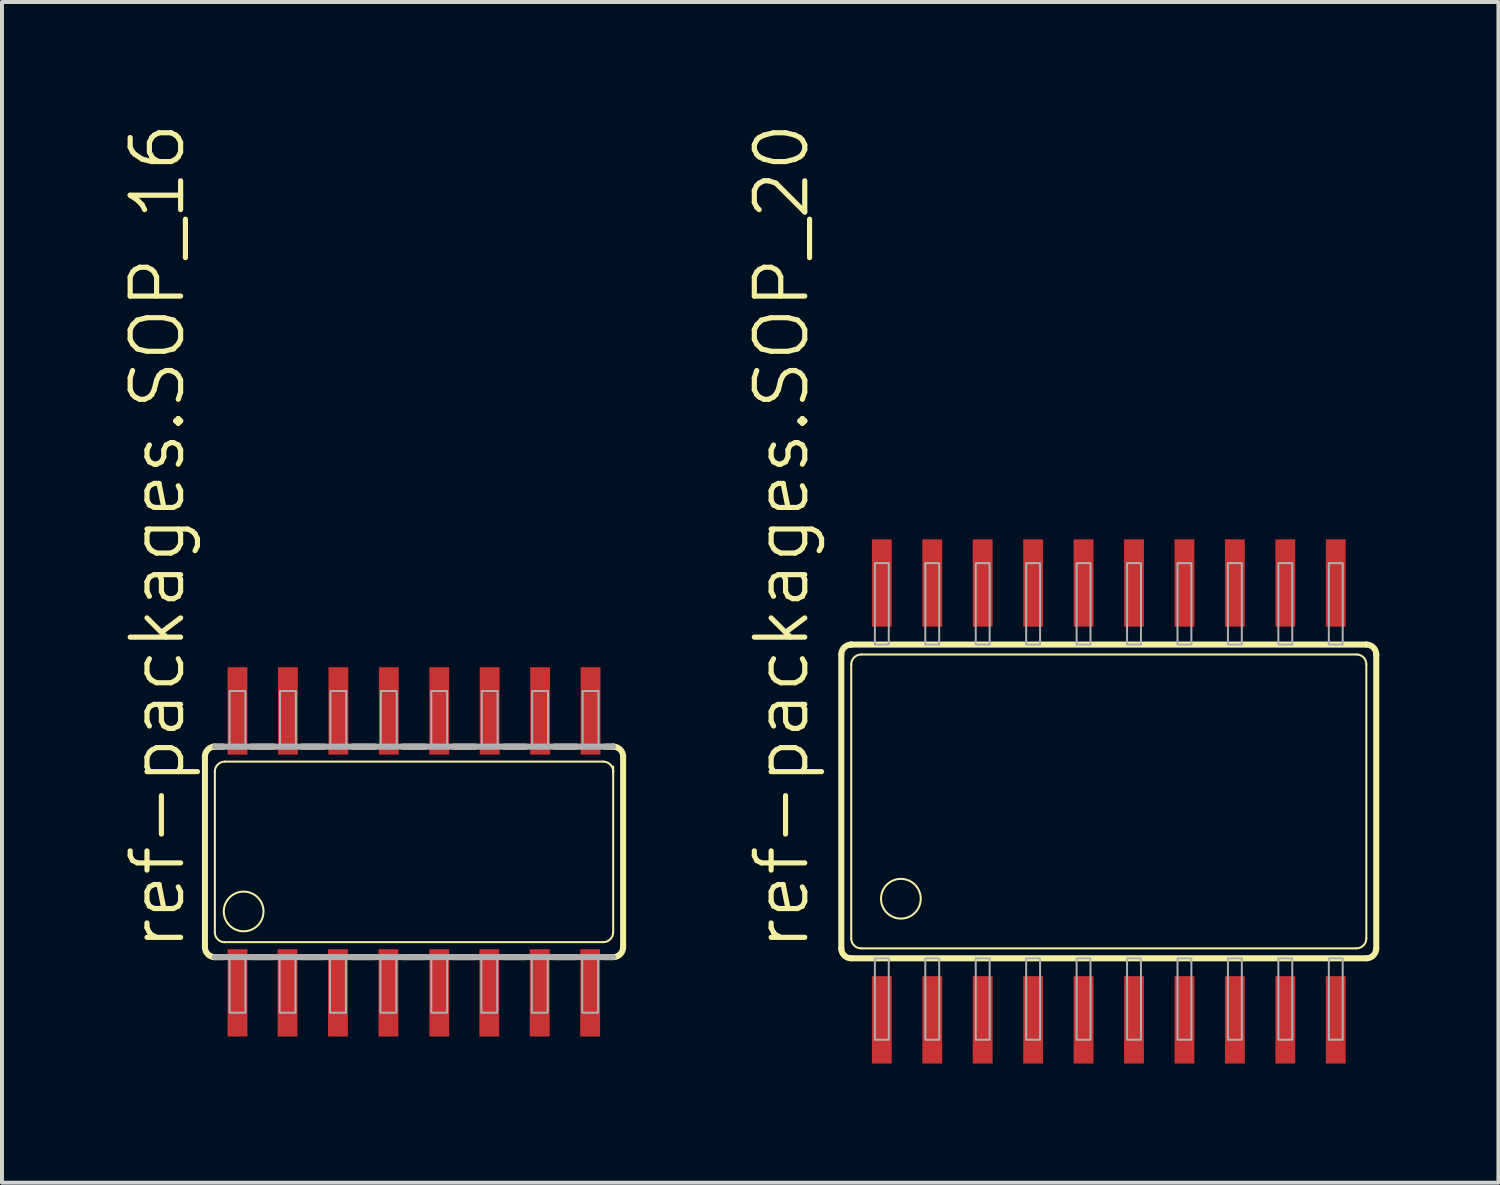
<source format=kicad_pcb>
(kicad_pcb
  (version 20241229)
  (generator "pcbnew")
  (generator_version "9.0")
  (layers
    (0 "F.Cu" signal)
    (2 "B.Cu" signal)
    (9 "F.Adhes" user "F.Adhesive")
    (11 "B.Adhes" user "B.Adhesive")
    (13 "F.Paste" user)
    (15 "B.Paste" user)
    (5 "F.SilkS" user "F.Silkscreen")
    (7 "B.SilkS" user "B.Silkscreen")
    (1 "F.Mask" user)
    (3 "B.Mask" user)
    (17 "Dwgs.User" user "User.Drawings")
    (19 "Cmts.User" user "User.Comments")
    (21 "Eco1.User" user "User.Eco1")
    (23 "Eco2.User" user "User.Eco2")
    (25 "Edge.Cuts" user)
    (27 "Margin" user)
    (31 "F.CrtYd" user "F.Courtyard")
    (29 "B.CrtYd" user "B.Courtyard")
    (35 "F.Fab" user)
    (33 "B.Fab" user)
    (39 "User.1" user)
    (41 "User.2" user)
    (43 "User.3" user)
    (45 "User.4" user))
  (footprint "ref-packages.SOP_20"
    (layer "F.Cu")
    (at 24.869 17.13)
    (property "Reference" "ref-packages.SOP_20" (at -7.493 3.81 90) (layer "F.SilkS") (effects (font (size 1.27 1.27) (thickness 0.13)) (justify left bottom)))
    (attr smd)
    (fp_line (start -6.735 3.71) (end -6.735 -3.7) (stroke (width 0.152) (type default)) (layer "F.SilkS"))
    (fp_line (start -6.486 -3.95) (end -6.485 -3.95) (stroke (width 0.152) (type default)) (layer "F.SilkS"))
    (fp_line (start -6.485 -3.95) (end 6.485 -3.95) (stroke (width 0.152) (type default)) (layer "F.SilkS"))
    (fp_line (start -6.485 3.45) (end -6.485 -3.45) (stroke (width 0.051) (type default)) (layer "F.SilkS"))
    (fp_line (start -6.235 -3.7) (end 6.245 -3.7) (stroke (width 0.051) (type default)) (layer "F.SilkS"))
    (fp_line (start 6.235 3.7) (end -6.235 3.7) (stroke (width 0.051) (type default)) (layer "F.SilkS"))
    (fp_line (start 6.485 -3.46) (end 6.485 3.45) (stroke (width 0.051) (type default)) (layer "F.SilkS"))
    (fp_line (start 6.485 3.95) (end -6.485 3.95) (stroke (width 0.152) (type default)) (layer "F.SilkS"))
    (fp_line (start 6.735 -3.7) (end 6.735 3.7) (stroke (width 0.152) (type default)) (layer "F.SilkS"))
    (fp_arc (start -6.735 -3.7) (mid -6.661777 -3.876777) (end -6.485 -3.95) (stroke (width 0.1524) (type default)) (layer "F.SilkS"))
    (fp_arc (start -6.485 -3.45) (mid -6.411777 -3.626777) (end -6.235 -3.7) (stroke (width 0.0508) (type default)) (layer "F.SilkS"))
    (fp_arc (start -6.485 3.95) (mid -6.658333 3.880347) (end -6.735 3.71) (stroke (width 0.1524) (type default)) (layer "F.SilkS"))
    (fp_arc (start -6.235 3.7) (mid -6.411777 3.626777) (end -6.485 3.45) (stroke (width 0.0508) (type default)) (layer "F.SilkS"))
    (fp_arc (start 6.245 -3.7) (mid 6.413277 -3.628277) (end 6.485 -3.46) (stroke (width 0.0508) (type default)) (layer "F.SilkS"))
    (fp_arc (start 6.485 -3.95) (mid 6.661777 -3.876777) (end 6.735 -3.7) (stroke (width 0.1524) (type default)) (layer "F.SilkS"))
    (fp_arc (start 6.485 3.45) (mid 6.411777 3.626777) (end 6.235 3.7) (stroke (width 0.0508) (type default)) (layer "F.SilkS"))
    (fp_arc (start 6.735 3.7) (mid 6.661777 3.876777) (end 6.485 3.95) (stroke (width 0.1524) (type default)) (layer "F.SilkS"))
    (fp_circle (center -5.235 2.45) (end -4.735 2.45) (stroke (width 0.051) (type default)) (fill no) (layer "F.SilkS"))
    (fp_rect (start -5.89 -3.95) (end -5.54 -6) (stroke (width 0.05) (type default)) (fill no) (layer "F.Fab"))
    (fp_rect (start -5.89 6) (end -5.54 3.95) (stroke (width 0.05) (type default)) (fill no) (layer "F.Fab"))
    (fp_rect (start -4.62 -3.95) (end -4.27 -6) (stroke (width 0.05) (type default)) (fill no) (layer "F.Fab"))
    (fp_rect (start -4.62 6) (end -4.27 3.95) (stroke (width 0.05) (type default)) (fill no) (layer "F.Fab"))
    (fp_rect (start -3.35 -3.95) (end -3 -6) (stroke (width 0.05) (type default)) (fill no) (layer "F.Fab"))
    (fp_rect (start -3.35 6) (end -3 3.95) (stroke (width 0.05) (type default)) (fill no) (layer "F.Fab"))
    (fp_rect (start -2.08 -3.95) (end -1.73 -6) (stroke (width 0.05) (type default)) (fill no) (layer "F.Fab"))
    (fp_rect (start -2.08 6) (end -1.73 3.95) (stroke (width 0.05) (type default)) (fill no) (layer "F.Fab"))
    (fp_rect (start -0.81 -3.95) (end -0.46 -6) (stroke (width 0.05) (type default)) (fill no) (layer "F.Fab"))
    (fp_rect (start -0.81 6) (end -0.46 3.95) (stroke (width 0.05) (type default)) (fill no) (layer "F.Fab"))
    (fp_rect (start 0.46 -3.95) (end 0.81 -6) (stroke (width 0.05) (type default)) (fill no) (layer "F.Fab"))
    (fp_rect (start 0.46 6) (end 0.81 3.95) (stroke (width 0.05) (type default)) (fill no) (layer "F.Fab"))
    (fp_rect (start 1.73 -3.95) (end 2.08 -6) (stroke (width 0.05) (type default)) (fill no) (layer "F.Fab"))
    (fp_rect (start 1.73 6) (end 2.08 3.95) (stroke (width 0.05) (type default)) (fill no) (layer "F.Fab"))
    (fp_rect (start 3 -3.95) (end 3.35 -6) (stroke (width 0.05) (type default)) (fill no) (layer "F.Fab"))
    (fp_rect (start 3 6) (end 3.35 3.95) (stroke (width 0.05) (type default)) (fill no) (layer "F.Fab"))
    (fp_rect (start 4.27 -3.95) (end 4.62 -6) (stroke (width 0.05) (type default)) (fill no) (layer "F.Fab"))
    (fp_rect (start 4.27 6) (end 4.62 3.95) (stroke (width 0.05) (type default)) (fill no) (layer "F.Fab"))
    (fp_rect (start 5.54 -3.95) (end 5.89 -6) (stroke (width 0.05) (type default)) (fill no) (layer "F.Fab"))
    (fp_rect (start 5.54 6) (end 5.89 3.95) (stroke (width 0.05) (type default)) (fill no) (layer "F.Fab"))
    (pad "1" smd roundrect (at -5.715 5.5) (size 0.5 2.2) (layers "F.Cu" "F.Mask" "F.Paste") (roundrect_rratio 0.01))
    (pad "2" smd roundrect (at -4.445 5.5) (size 0.5 2.2) (layers "F.Cu" "F.Mask" "F.Paste") (roundrect_rratio 0.01))
    (pad "3" smd roundrect (at -3.175 5.5) (size 0.5 2.2) (layers "F.Cu" "F.Mask" "F.Paste") (roundrect_rratio 0.01))
    (pad "4" smd roundrect (at -1.905 5.5) (size 0.5 2.2) (layers "F.Cu" "F.Mask" "F.Paste") (roundrect_rratio 0.01))
    (pad "5" smd roundrect (at -0.635 5.5) (size 0.5 2.2) (layers "F.Cu" "F.Mask" "F.Paste") (roundrect_rratio 0.01))
    (pad "6" smd roundrect (at 0.635 5.5) (size 0.5 2.2) (layers "F.Cu" "F.Mask" "F.Paste") (roundrect_rratio 0.01))
    (pad "7" smd roundrect (at 1.905 5.5) (size 0.5 2.2) (layers "F.Cu" "F.Mask" "F.Paste") (roundrect_rratio 0.01))
    (pad "8" smd roundrect (at 3.175 5.5) (size 0.5 2.2) (layers "F.Cu" "F.Mask" "F.Paste") (roundrect_rratio 0.01))
    (pad "9" smd roundrect (at 4.445 5.5) (size 0.5 2.2) (layers "F.Cu" "F.Mask" "F.Paste") (roundrect_rratio 0.01))
    (pad "10" smd roundrect (at 5.715 5.5) (size 0.5 2.2) (layers "F.Cu" "F.Mask" "F.Paste") (roundrect_rratio 0.01))
    (pad "11" smd roundrect (at 5.715 -5.5) (size 0.5 2.2) (layers "F.Cu" "F.Mask" "F.Paste") (roundrect_rratio 0.01))
    (pad "12" smd roundrect (at 4.445 -5.5) (size 0.5 2.2) (layers "F.Cu" "F.Mask" "F.Paste") (roundrect_rratio 0.01))
    (pad "13" smd roundrect (at 3.175 -5.5) (size 0.5 2.2) (layers "F.Cu" "F.Mask" "F.Paste") (roundrect_rratio 0.01))
    (pad "14" smd roundrect (at 1.905 -5.5) (size 0.5 2.2) (layers "F.Cu" "F.Mask" "F.Paste") (roundrect_rratio 0.01))
    (pad "15" smd roundrect (at 0.635 -5.5) (size 0.5 2.2) (layers "F.Cu" "F.Mask" "F.Paste") (roundrect_rratio 0.01))
    (pad "16" smd roundrect (at -0.635 -5.5) (size 0.5 2.2) (layers "F.Cu" "F.Mask" "F.Paste") (roundrect_rratio 0.01))
    (pad "17" smd roundrect (at -1.905 -5.5) (size 0.5 2.2) (layers "F.Cu" "F.Mask" "F.Paste") (roundrect_rratio 0.01))
    (pad "18" smd roundrect (at -3.175 -5.5) (size 0.5 2.2) (layers "F.Cu" "F.Mask" "F.Paste") (roundrect_rratio 0.01))
    (pad "19" smd roundrect (at -4.445 -5.5) (size 0.5 2.2) (layers "F.Cu" "F.Mask" "F.Paste") (roundrect_rratio 0.01))
    (pad "20" smd roundrect (at -5.715 -5.5) (size 0.5 2.2) (layers "F.Cu" "F.Mask" "F.Paste") (roundrect_rratio 0.01)))
  (footprint "ref-packages.SOP_16"
    (layer "F.Cu")
    (at 7.375 18.4)
    (property "Reference" "ref-packages.SOP_16" (at -5.715 2.54 90) (layer "F.SilkS") (effects (font (size 1.27 1.27) (thickness 0.13)) (justify left bottom)))
    (attr smd)
    (fp_line (start -5.265 2.4) (end -5.265 -2.4) (stroke (width 0.152) (type default)) (layer "F.SilkS"))
    (fp_line (start -5.05 -2.65) (end -4.801 -2.65) (stroke (width 0.152) (type default)) (layer "F.SilkS"))
    (fp_line (start -5.02 2.65) (end -4.801 2.65) (stroke (width 0.152) (type default)) (layer "F.SilkS"))
    (fp_line (start -5.015 2.026) (end -5.015 -2.023) (stroke (width 0.051) (type default)) (layer "F.SilkS"))
    (fp_line (start -4.764 -2.273) (end 4.765 -2.273) (stroke (width 0.051) (type default)) (layer "F.SilkS"))
    (fp_line (start -4.089 -2.65) (end -3.531 -2.65) (stroke (width 0.152) (type default)) (layer "F.SilkS"))
    (fp_line (start -4.089 2.65) (end -3.541 2.65) (stroke (width 0.152) (type default)) (layer "F.SilkS"))
    (fp_line (start -2.829 2.65) (end -2.271 2.65) (stroke (width 0.152) (type default)) (layer "F.SilkS"))
    (fp_line (start -2.819 -2.65) (end -2.261 -2.65) (stroke (width 0.152) (type default)) (layer "F.SilkS"))
    (fp_line (start -1.559 2.65) (end -1.001 2.65) (stroke (width 0.152) (type default)) (layer "F.SilkS"))
    (fp_line (start -1.549 -2.65) (end -0.991 -2.65) (stroke (width 0.152) (type default)) (layer "F.SilkS"))
    (fp_line (start -0.289 2.65) (end 0.279 2.65) (stroke (width 0.152) (type default)) (layer "F.SilkS"))
    (fp_line (start 0.279 -2.65) (end -0.279 -2.65) (stroke (width 0.152) (type default)) (layer "F.SilkS"))
    (fp_line (start 0.991 -2.65) (end 1.549 -2.65) (stroke (width 0.152) (type default)) (layer "F.SilkS"))
    (fp_line (start 0.991 2.65) (end 1.539 2.65) (stroke (width 0.152) (type default)) (layer "F.SilkS"))
    (fp_line (start 2.251 2.65) (end 2.809 2.65) (stroke (width 0.152) (type default)) (layer "F.SilkS"))
    (fp_line (start 2.819 -2.65) (end 2.261 -2.65) (stroke (width 0.152) (type default)) (layer "F.SilkS"))
    (fp_line (start 3.521 2.65) (end 4.079 2.65) (stroke (width 0.152) (type default)) (layer "F.SilkS"))
    (fp_line (start 4.089 -2.65) (end 3.531 -2.65) (stroke (width 0.152) (type default)) (layer "F.SilkS"))
    (fp_line (start 4.765 2.273) (end -4.77 2.273) (stroke (width 0.051) (type default)) (layer "F.SilkS"))
    (fp_line (start 4.791 2.65) (end 5.01 2.65) (stroke (width 0.152) (type default)) (layer "F.SilkS"))
    (fp_line (start 5.015 -2.15) (end 5.015 -2.023) (stroke (width 0.051) (type default)) (layer "F.SilkS"))
    (fp_line (start 5.015 -2.023) (end 5.015 2.023) (stroke (width 0.051) (type default)) (layer "F.SilkS"))
    (fp_line (start 5.02 -2.65) (end 4.801 -2.65) (stroke (width 0.152) (type default)) (layer "F.SilkS"))
    (fp_line (start 5.265 -2.4) (end 5.265 2.4) (stroke (width 0.152) (type default)) (layer "F.SilkS"))
    (fp_arc (start -5.265 -2.4) (mid -5.191777 -2.576777) (end -5.015 -2.65) (stroke (width 0.1524) (type default)) (layer "F.SilkS"))
    (fp_arc (start -5.02 2.65) (mid -5.193553 2.575032) (end -5.265 2.4) (stroke (width 0.1524) (type default)) (layer "F.SilkS"))
    (fp_arc (start -5.015 -2.023) (mid -4.941435 -2.200201) (end -4.764 -2.2732) (stroke (width 0.0508) (type default)) (layer "F.SilkS"))
    (fp_arc (start -5.015 2.65) (mid -5.0175 2.650012) (end -5.02 2.65) (stroke (width 0.1524) (type default)) (layer "F.SilkS"))
    (fp_arc (start -4.765 2.276) (mid -4.941777 2.202777) (end -5.015 2.026) (stroke (width 0.0508) (type default)) (layer "F.SilkS"))
    (fp_arc (start 4.765 -2.273) (mid 4.941777 -2.199777) (end 5.015 -2.023) (stroke (width 0.0508) (type default)) (layer "F.SilkS"))
    (fp_arc (start 5.015 -2.65) (mid 5.0175 -2.650012) (end 5.02 -2.65) (stroke (width 0.1524) (type default)) (layer "F.SilkS"))
    (fp_arc (start 5.015 2.023) (mid 4.941777 2.199777) (end 4.765 2.273) (stroke (width 0.0508) (type default)) (layer "F.SilkS"))
    (fp_arc (start 5.02 -2.65) (mid 5.193553 -2.575032) (end 5.265 -2.4) (stroke (width 0.1524) (type default)) (layer "F.SilkS"))
    (fp_arc (start 5.265 2.4) (mid 5.191777 2.576777) (end 5.015 2.65) (stroke (width 0.1524) (type default)) (layer "F.SilkS"))
    (fp_circle (center -4.29 1.5) (end -3.79 1.5) (stroke (width 0.051) (type default)) (fill no) (layer "F.SilkS"))
    (fp_line (start -5.015 -2.65) (end 5.015 -2.65) (stroke (width 0.152) (type default)) (layer "F.Fab"))
    (fp_line (start 5.015 2.65) (end -5.015 2.65) (stroke (width 0.152) (type default)) (layer "F.Fab"))
    (fp_rect (start -4.645 -2.65) (end -4.245 -4.05) (stroke (width 0.05) (type default)) (fill no) (layer "F.Fab"))
    (fp_rect (start -4.645 4.05) (end -4.245 2.65) (stroke (width 0.05) (type default)) (fill no) (layer "F.Fab"))
    (fp_rect (start -3.385 4.05) (end -2.985 2.65) (stroke (width 0.05) (type default)) (fill no) (layer "F.Fab"))
    (fp_rect (start -3.375 -2.65) (end -2.975 -4.05) (stroke (width 0.05) (type default)) (fill no) (layer "F.Fab"))
    (fp_rect (start -2.115 4.05) (end -1.715 2.65) (stroke (width 0.05) (type default)) (fill no) (layer "F.Fab"))
    (fp_rect (start -2.105 -2.65) (end -1.705 -4.05) (stroke (width 0.05) (type default)) (fill no) (layer "F.Fab"))
    (fp_rect (start -0.845 4.05) (end -0.445 2.65) (stroke (width 0.05) (type default)) (fill no) (layer "F.Fab"))
    (fp_rect (start -0.835 -2.65) (end -0.435 -4.05) (stroke (width 0.05) (type default)) (fill no) (layer "F.Fab"))
    (fp_rect (start 0.435 -2.65) (end 0.835 -4.05) (stroke (width 0.05) (type default)) (fill no) (layer "F.Fab"))
    (fp_rect (start 0.435 4.05) (end 0.835 2.65) (stroke (width 0.05) (type default)) (fill no) (layer "F.Fab"))
    (fp_rect (start 1.695 4.05) (end 2.095 2.65) (stroke (width 0.05) (type default)) (fill no) (layer "F.Fab"))
    (fp_rect (start 1.705 -2.65) (end 2.105 -4.05) (stroke (width 0.05) (type default)) (fill no) (layer "F.Fab"))
    (fp_rect (start 2.965 4.05) (end 3.365 2.65) (stroke (width 0.05) (type default)) (fill no) (layer "F.Fab"))
    (fp_rect (start 2.975 -2.65) (end 3.375 -4.05) (stroke (width 0.05) (type default)) (fill no) (layer "F.Fab"))
    (fp_rect (start 4.235 4.05) (end 4.635 2.65) (stroke (width 0.05) (type default)) (fill no) (layer "F.Fab"))
    (fp_rect (start 4.245 -2.65) (end 4.645 -4.05) (stroke (width 0.05) (type default)) (fill no) (layer "F.Fab"))
    (pad "1" smd roundrect (at -4.445 3.55) (size 0.5 2.2) (layers "F.Cu" "F.Mask" "F.Paste") (roundrect_rratio 0.01))
    (pad "2" smd roundrect (at -3.185 3.55) (size 0.5 2.2) (layers "F.Cu" "F.Mask" "F.Paste") (roundrect_rratio 0.01))
    (pad "3" smd roundrect (at -1.915 3.55) (size 0.5 2.2) (layers "F.Cu" "F.Mask" "F.Paste") (roundrect_rratio 0.01))
    (pad "4" smd roundrect (at -0.645 3.55) (size 0.5 2.2) (layers "F.Cu" "F.Mask" "F.Paste") (roundrect_rratio 0.01))
    (pad "5" smd roundrect (at 0.635 3.55) (size 0.5 2.2) (layers "F.Cu" "F.Mask" "F.Paste") (roundrect_rratio 0.01))
    (pad "6" smd roundrect (at 1.895 3.55) (size 0.5 2.2) (layers "F.Cu" "F.Mask" "F.Paste") (roundrect_rratio 0.01))
    (pad "7" smd roundrect (at 3.165 3.55) (size 0.5 2.2) (layers "F.Cu" "F.Mask" "F.Paste") (roundrect_rratio 0.01))
    (pad "8" smd roundrect (at 4.435 3.55) (size 0.5 2.2) (layers "F.Cu" "F.Mask" "F.Paste") (roundrect_rratio 0.01))
    (pad "9" smd roundrect (at 4.445 -3.55) (size 0.5 2.2) (layers "F.Cu" "F.Mask" "F.Paste") (roundrect_rratio 0.01))
    (pad "10" smd roundrect (at 3.175 -3.55) (size 0.5 2.2) (layers "F.Cu" "F.Mask" "F.Paste") (roundrect_rratio 0.01))
    (pad "11" smd roundrect (at 1.905 -3.55) (size 0.5 2.2) (layers "F.Cu" "F.Mask" "F.Paste") (roundrect_rratio 0.01))
    (pad "12" smd roundrect (at 0.635 -3.55) (size 0.5 2.2) (layers "F.Cu" "F.Mask" "F.Paste") (roundrect_rratio 0.01))
    (pad "13" smd roundrect (at -0.635 -3.55) (size 0.5 2.2) (layers "F.Cu" "F.Mask" "F.Paste") (roundrect_rratio 0.01))
    (pad "14" smd roundrect (at -1.905 -3.55) (size 0.5 2.2) (layers "F.Cu" "F.Mask" "F.Paste") (roundrect_rratio 0.01))
    (pad "15" smd roundrect (at -3.175 -3.55) (size 0.5 2.2) (layers "F.Cu" "F.Mask" "F.Paste") (roundrect_rratio 0.01))
    (pad "16" smd roundrect (at -4.445 -3.55) (size 0.5 2.2) (layers "F.Cu" "F.Mask" "F.Paste") (roundrect_rratio 0.01)))
  (gr_rect
    (start -3 -3)
    (end 34.68 26.73)
    (stroke (width 0.1) (type default))
    (fill no)
    (layer "Edge.Cuts")))
</source>
